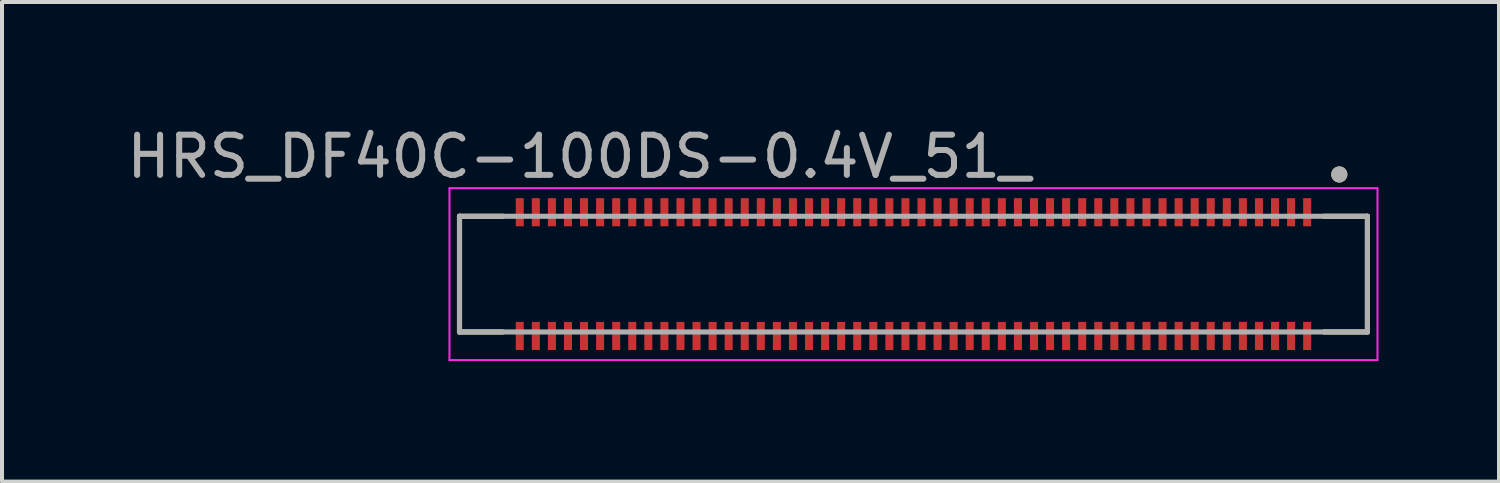
<source format=kicad_pcb>
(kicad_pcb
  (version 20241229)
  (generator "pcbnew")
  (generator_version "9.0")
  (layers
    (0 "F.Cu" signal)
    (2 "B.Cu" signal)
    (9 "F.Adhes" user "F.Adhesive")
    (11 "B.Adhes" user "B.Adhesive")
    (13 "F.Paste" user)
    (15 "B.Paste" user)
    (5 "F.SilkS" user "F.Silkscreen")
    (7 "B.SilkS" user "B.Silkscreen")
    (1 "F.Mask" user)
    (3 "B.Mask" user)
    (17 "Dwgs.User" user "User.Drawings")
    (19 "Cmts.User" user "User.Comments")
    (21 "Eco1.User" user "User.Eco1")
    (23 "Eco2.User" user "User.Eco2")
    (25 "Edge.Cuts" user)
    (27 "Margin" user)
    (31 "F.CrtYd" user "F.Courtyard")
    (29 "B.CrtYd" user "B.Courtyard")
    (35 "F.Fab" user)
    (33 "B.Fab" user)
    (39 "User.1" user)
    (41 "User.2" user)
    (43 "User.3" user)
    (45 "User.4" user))
  (footprint "HRS_DF40C-100DS-0.4V_51_"
    (layer "F.Cu")
    (at 19.688 3.773)
    (property "Reference" "HRS_DF40C-100DS-0.4V_51_" (at -8.325 -2.925 0) (layer "F.Fab") (effects (font (size 1 1) (thickness 0.15))))
    (attr smd)
    (fp_line (start -11.3 -1.44) (end -11.3 1.44) (stroke (width 0.127) (type solid)) (layer "F.SilkS"))
    (fp_line (start -11.3 1.44) (end -10.22 1.44) (stroke (width 0.127) (type solid)) (layer "F.SilkS"))
    (fp_line (start -10.22 -1.44) (end -11.3 -1.44) (stroke (width 0.127) (type solid)) (layer "F.SilkS"))
    (fp_line (start 11.3 -1.44) (end 10.22 -1.44) (stroke (width 0.127) (type solid)) (layer "F.SilkS"))
    (fp_line (start 11.3 -1.44) (end 11.3 1.44) (stroke (width 0.127) (type solid)) (layer "F.SilkS"))
    (fp_line (start 11.3 1.44) (end 10.22 1.44) (stroke (width 0.127) (type solid)) (layer "F.SilkS"))
    (fp_circle (center 10.6 -2.48) (end 10.7 -2.48) (stroke (width 0.2) (type solid)) (fill no) (layer "F.SilkS"))
    (fp_poly (pts (xy -9.889 -1.853) (xy -9.71 -1.853) (xy -9.71 -1.227) (xy -9.889 -1.227)) (stroke (width 0.01) (type solid)) (fill yes) (layer "F.Paste"))
    (fp_poly (pts (xy -9.889 1.227) (xy -9.71 1.227) (xy -9.71 1.853) (xy -9.889 1.853)) (stroke (width 0.01) (type solid)) (fill yes) (layer "F.Paste"))
    (fp_poly (pts (xy -9.489 -1.853) (xy -9.31 -1.853) (xy -9.31 -1.227) (xy -9.489 -1.227)) (stroke (width 0.01) (type solid)) (fill yes) (layer "F.Paste"))
    (fp_poly (pts (xy -9.489 1.227) (xy -9.31 1.227) (xy -9.31 1.853) (xy -9.489 1.853)) (stroke (width 0.01) (type solid)) (fill yes) (layer "F.Paste"))
    (fp_poly (pts (xy -9.089 -1.853) (xy -8.911 -1.853) (xy -8.911 -1.227) (xy -9.089 -1.227)) (stroke (width 0.01) (type solid)) (fill yes) (layer "F.Paste"))
    (fp_poly (pts (xy -9.089 1.227) (xy -8.911 1.227) (xy -8.911 1.853) (xy -9.089 1.853)) (stroke (width 0.01) (type solid)) (fill yes) (layer "F.Paste"))
    (fp_poly (pts (xy -8.69 -1.853) (xy -8.511 -1.853) (xy -8.511 -1.227) (xy -8.69 -1.227)) (stroke (width 0.01) (type solid)) (fill yes) (layer "F.Paste"))
    (fp_poly (pts (xy -8.69 1.227) (xy -8.511 1.227) (xy -8.511 1.853) (xy -8.69 1.853)) (stroke (width 0.01) (type solid)) (fill yes) (layer "F.Paste"))
    (fp_poly (pts (xy -8.29 -1.853) (xy -8.111 -1.853) (xy -8.111 -1.227) (xy -8.29 -1.227)) (stroke (width 0.01) (type solid)) (fill yes) (layer "F.Paste"))
    (fp_poly (pts (xy -8.29 1.227) (xy -8.111 1.227) (xy -8.111 1.853) (xy -8.29 1.853)) (stroke (width 0.01) (type solid)) (fill yes) (layer "F.Paste"))
    (fp_poly (pts (xy -7.889 -1.853) (xy -7.71 -1.853) (xy -7.71 -1.227) (xy -7.889 -1.227)) (stroke (width 0.01) (type solid)) (fill yes) (layer "F.Paste"))
    (fp_poly (pts (xy -7.889 1.227) (xy -7.71 1.227) (xy -7.71 1.853) (xy -7.889 1.853)) (stroke (width 0.01) (type solid)) (fill yes) (layer "F.Paste"))
    (fp_poly (pts (xy -7.489 -1.853) (xy -7.311 -1.853) (xy -7.311 -1.227) (xy -7.489 -1.227)) (stroke (width 0.01) (type solid)) (fill yes) (layer "F.Paste"))
    (fp_poly (pts (xy -7.489 1.227) (xy -7.311 1.227) (xy -7.311 1.853) (xy -7.489 1.853)) (stroke (width 0.01) (type solid)) (fill yes) (layer "F.Paste"))
    (fp_poly (pts (xy -7.09 -1.853) (xy -6.91 -1.853) (xy -6.91 -1.227) (xy -7.09 -1.227)) (stroke (width 0.01) (type solid)) (fill yes) (layer "F.Paste"))
    (fp_poly (pts (xy -7.09 1.227) (xy -6.91 1.227) (xy -6.91 1.853) (xy -7.09 1.853)) (stroke (width 0.01) (type solid)) (fill yes) (layer "F.Paste"))
    (fp_poly (pts (xy -6.689 -1.853) (xy -6.511 -1.853) (xy -6.511 -1.227) (xy -6.689 -1.227)) (stroke (width 0.01) (type solid)) (fill yes) (layer "F.Paste"))
    (fp_poly (pts (xy -6.689 1.227) (xy -6.511 1.227) (xy -6.511 1.853) (xy -6.689 1.853)) (stroke (width 0.01) (type solid)) (fill yes) (layer "F.Paste"))
    (fp_poly (pts (xy -6.29 -1.853) (xy -6.111 -1.853) (xy -6.111 -1.227) (xy -6.29 -1.227)) (stroke (width 0.01) (type solid)) (fill yes) (layer "F.Paste"))
    (fp_poly (pts (xy -6.29 1.227) (xy -6.111 1.227) (xy -6.111 1.853) (xy -6.29 1.853)) (stroke (width 0.01) (type solid)) (fill yes) (layer "F.Paste"))
    (fp_poly (pts (xy -5.889 -1.853) (xy -5.71 -1.853) (xy -5.71 -1.227) (xy -5.889 -1.227)) (stroke (width 0.01) (type solid)) (fill yes) (layer "F.Paste"))
    (fp_poly (pts (xy -5.889 1.227) (xy -5.71 1.227) (xy -5.71 1.853) (xy -5.889 1.853)) (stroke (width 0.01) (type solid)) (fill yes) (layer "F.Paste"))
    (fp_poly (pts (xy -5.489 -1.853) (xy -5.311 -1.853) (xy -5.311 -1.227) (xy -5.489 -1.227)) (stroke (width 0.01) (type solid)) (fill yes) (layer "F.Paste"))
    (fp_poly (pts (xy -5.489 1.227) (xy -5.311 1.227) (xy -5.311 1.853) (xy -5.489 1.853)) (stroke (width 0.01) (type solid)) (fill yes) (layer "F.Paste"))
    (fp_poly (pts (xy -5.09 -1.853) (xy -4.91 -1.853) (xy -4.91 -1.227) (xy -5.09 -1.227)) (stroke (width 0.01) (type solid)) (fill yes) (layer "F.Paste"))
    (fp_poly (pts (xy -5.09 1.227) (xy -4.91 1.227) (xy -4.91 1.853) (xy -5.09 1.853)) (stroke (width 0.01) (type solid)) (fill yes) (layer "F.Paste"))
    (fp_poly (pts (xy -4.689 -1.853) (xy -4.511 -1.853) (xy -4.511 -1.227) (xy -4.689 -1.227)) (stroke (width 0.01) (type solid)) (fill yes) (layer "F.Paste"))
    (fp_poly (pts (xy -4.689 1.227) (xy -4.511 1.227) (xy -4.511 1.853) (xy -4.689 1.853)) (stroke (width 0.01) (type solid)) (fill yes) (layer "F.Paste"))
    (fp_poly (pts (xy -4.29 -1.853) (xy -4.111 -1.853) (xy -4.111 -1.227) (xy -4.29 -1.227)) (stroke (width 0.01) (type solid)) (fill yes) (layer "F.Paste"))
    (fp_poly (pts (xy -4.29 1.227) (xy -4.111 1.227) (xy -4.111 1.853) (xy -4.29 1.853)) (stroke (width 0.01) (type solid)) (fill yes) (layer "F.Paste"))
    (fp_poly (pts (xy -3.889 -1.853) (xy -3.711 -1.853) (xy -3.711 -1.227) (xy -3.889 -1.227)) (stroke (width 0.01) (type solid)) (fill yes) (layer "F.Paste"))
    (fp_poly (pts (xy -3.889 1.227) (xy -3.711 1.227) (xy -3.711 1.853) (xy -3.889 1.853)) (stroke (width 0.01) (type solid)) (fill yes) (layer "F.Paste"))
    (fp_poly (pts (xy -3.49 -1.853) (xy -3.311 -1.853) (xy -3.311 -1.227) (xy -3.49 -1.227)) (stroke (width 0.01) (type solid)) (fill yes) (layer "F.Paste"))
    (fp_poly (pts (xy -3.49 1.227) (xy -3.311 1.227) (xy -3.311 1.853) (xy -3.49 1.853)) (stroke (width 0.01) (type solid)) (fill yes) (layer "F.Paste"))
    (fp_poly (pts (xy -3.09 -1.853) (xy -2.91 -1.853) (xy -2.91 -1.227) (xy -3.09 -1.227)) (stroke (width 0.01) (type solid)) (fill yes) (layer "F.Paste"))
    (fp_poly (pts (xy -3.09 1.227) (xy -2.91 1.227) (xy -2.91 1.853) (xy -3.09 1.853)) (stroke (width 0.01) (type solid)) (fill yes) (layer "F.Paste"))
    (fp_poly (pts (xy -2.689 -1.853) (xy -2.51 -1.853) (xy -2.51 -1.227) (xy -2.689 -1.227)) (stroke (width 0.01) (type solid)) (fill yes) (layer "F.Paste"))
    (fp_poly (pts (xy -2.689 1.227) (xy -2.51 1.227) (xy -2.51 1.853) (xy -2.689 1.853)) (stroke (width 0.01) (type solid)) (fill yes) (layer "F.Paste"))
    (fp_poly (pts (xy -2.289 -1.853) (xy -2.111 -1.853) (xy -2.111 -1.227) (xy -2.289 -1.227)) (stroke (width 0.01) (type solid)) (fill yes) (layer "F.Paste"))
    (fp_poly (pts (xy -2.289 1.227) (xy -2.111 1.227) (xy -2.111 1.853) (xy -2.289 1.853)) (stroke (width 0.01) (type solid)) (fill yes) (layer "F.Paste"))
    (fp_poly (pts (xy -1.889 -1.853) (xy -1.71 -1.853) (xy -1.71 -1.227) (xy -1.889 -1.227)) (stroke (width 0.01) (type solid)) (fill yes) (layer "F.Paste"))
    (fp_poly (pts (xy -1.889 1.227) (xy -1.71 1.227) (xy -1.71 1.853) (xy -1.889 1.853)) (stroke (width 0.01) (type solid)) (fill yes) (layer "F.Paste"))
    (fp_poly (pts (xy -1.49 -1.853) (xy -1.31 -1.853) (xy -1.31 -1.227) (xy -1.49 -1.227)) (stroke (width 0.01) (type solid)) (fill yes) (layer "F.Paste"))
    (fp_poly (pts (xy -1.49 1.227) (xy -1.31 1.227) (xy -1.31 1.853) (xy -1.49 1.853)) (stroke (width 0.01) (type solid)) (fill yes) (layer "F.Paste"))
    (fp_poly (pts (xy -1.089 -1.853) (xy -0.91 -1.853) (xy -0.91 -1.227) (xy -1.089 -1.227)) (stroke (width 0.01) (type solid)) (fill yes) (layer "F.Paste"))
    (fp_poly (pts (xy -1.089 1.227) (xy -0.91 1.227) (xy -0.91 1.853) (xy -1.089 1.853)) (stroke (width 0.01) (type solid)) (fill yes) (layer "F.Paste"))
    (fp_poly (pts (xy -0.69 -1.853) (xy -0.51 -1.853) (xy -0.51 -1.227) (xy -0.69 -1.227)) (stroke (width 0.01) (type solid)) (fill yes) (layer "F.Paste"))
    (fp_poly (pts (xy -0.69 1.227) (xy -0.51 1.227) (xy -0.51 1.853) (xy -0.69 1.853)) (stroke (width 0.01) (type solid)) (fill yes) (layer "F.Paste"))
    (fp_poly (pts (xy -0.289 -1.853) (xy -0.111 -1.853) (xy -0.111 -1.227) (xy -0.289 -1.227)) (stroke (width 0.01) (type solid)) (fill yes) (layer "F.Paste"))
    (fp_poly (pts (xy -0.289 1.227) (xy -0.111 1.227) (xy -0.111 1.853) (xy -0.289 1.853)) (stroke (width 0.01) (type solid)) (fill yes) (layer "F.Paste"))
    (fp_poly (pts (xy 0.111 -1.853) (xy 0.289 -1.853) (xy 0.289 -1.227) (xy 0.111 -1.227)) (stroke (width 0.01) (type solid)) (fill yes) (layer "F.Paste"))
    (fp_poly (pts (xy 0.111 1.227) (xy 0.289 1.227) (xy 0.289 1.853) (xy 0.111 1.853)) (stroke (width 0.01) (type solid)) (fill yes) (layer "F.Paste"))
    (fp_poly (pts (xy 0.51 -1.853) (xy 0.69 -1.853) (xy 0.69 -1.227) (xy 0.51 -1.227)) (stroke (width 0.01) (type solid)) (fill yes) (layer "F.Paste"))
    (fp_poly (pts (xy 0.51 1.227) (xy 0.69 1.227) (xy 0.69 1.853) (xy 0.51 1.853)) (stroke (width 0.01) (type solid)) (fill yes) (layer "F.Paste"))
    (fp_poly (pts (xy 0.91 -1.853) (xy 1.089 -1.853) (xy 1.089 -1.227) (xy 0.91 -1.227)) (stroke (width 0.01) (type solid)) (fill yes) (layer "F.Paste"))
    (fp_poly (pts (xy 0.91 1.227) (xy 1.089 1.227) (xy 1.089 1.853) (xy 0.91 1.853)) (stroke (width 0.01) (type solid)) (fill yes) (layer "F.Paste"))
    (fp_poly (pts (xy 1.31 -1.853) (xy 1.49 -1.853) (xy 1.49 -1.227) (xy 1.31 -1.227)) (stroke (width 0.01) (type solid)) (fill yes) (layer "F.Paste"))
    (fp_poly (pts (xy 1.31 1.227) (xy 1.49 1.227) (xy 1.49 1.853) (xy 1.31 1.853)) (stroke (width 0.01) (type solid)) (fill yes) (layer "F.Paste"))
    (fp_poly (pts (xy 1.71 -1.853) (xy 1.889 -1.853) (xy 1.889 -1.227) (xy 1.71 -1.227)) (stroke (width 0.01) (type solid)) (fill yes) (layer "F.Paste"))
    (fp_poly (pts (xy 1.71 1.227) (xy 1.889 1.227) (xy 1.889 1.853) (xy 1.71 1.853)) (stroke (width 0.01) (type solid)) (fill yes) (layer "F.Paste"))
    (fp_poly (pts (xy 2.111 -1.853) (xy 2.289 -1.853) (xy 2.289 -1.227) (xy 2.111 -1.227)) (stroke (width 0.01) (type solid)) (fill yes) (layer "F.Paste"))
    (fp_poly (pts (xy 2.111 1.227) (xy 2.289 1.227) (xy 2.289 1.853) (xy 2.111 1.853)) (stroke (width 0.01) (type solid)) (fill yes) (layer "F.Paste"))
    (fp_poly (pts (xy 2.51 -1.853) (xy 2.689 -1.853) (xy 2.689 -1.227) (xy 2.51 -1.227)) (stroke (width 0.01) (type solid)) (fill yes) (layer "F.Paste"))
    (fp_poly (pts (xy 2.51 1.227) (xy 2.689 1.227) (xy 2.689 1.853) (xy 2.51 1.853)) (stroke (width 0.01) (type solid)) (fill yes) (layer "F.Paste"))
    (fp_poly (pts (xy 2.91 -1.853) (xy 3.09 -1.853) (xy 3.09 -1.227) (xy 2.91 -1.227)) (stroke (width 0.01) (type solid)) (fill yes) (layer "F.Paste"))
    (fp_poly (pts (xy 2.91 1.227) (xy 3.09 1.227) (xy 3.09 1.853) (xy 2.91 1.853)) (stroke (width 0.01) (type solid)) (fill yes) (layer "F.Paste"))
    (fp_poly (pts (xy 3.311 -1.853) (xy 3.49 -1.853) (xy 3.49 -1.227) (xy 3.311 -1.227)) (stroke (width 0.01) (type solid)) (fill yes) (layer "F.Paste"))
    (fp_poly (pts (xy 3.311 1.227) (xy 3.49 1.227) (xy 3.49 1.853) (xy 3.311 1.853)) (stroke (width 0.01) (type solid)) (fill yes) (layer "F.Paste"))
    (fp_poly (pts (xy 3.711 -1.853) (xy 3.889 -1.853) (xy 3.889 -1.227) (xy 3.711 -1.227)) (stroke (width 0.01) (type solid)) (fill yes) (layer "F.Paste"))
    (fp_poly (pts (xy 3.711 1.227) (xy 3.889 1.227) (xy 3.889 1.853) (xy 3.711 1.853)) (stroke (width 0.01) (type solid)) (fill yes) (layer "F.Paste"))
    (fp_poly (pts (xy 4.111 -1.853) (xy 4.29 -1.853) (xy 4.29 -1.227) (xy 4.111 -1.227)) (stroke (width 0.01) (type solid)) (fill yes) (layer "F.Paste"))
    (fp_poly (pts (xy 4.111 1.227) (xy 4.29 1.227) (xy 4.29 1.853) (xy 4.111 1.853)) (stroke (width 0.01) (type solid)) (fill yes) (layer "F.Paste"))
    (fp_poly (pts (xy 4.511 -1.853) (xy 4.689 -1.853) (xy 4.689 -1.227) (xy 4.511 -1.227)) (stroke (width 0.01) (type solid)) (fill yes) (layer "F.Paste"))
    (fp_poly (pts (xy 4.511 1.227) (xy 4.689 1.227) (xy 4.689 1.853) (xy 4.511 1.853)) (stroke (width 0.01) (type solid)) (fill yes) (layer "F.Paste"))
    (fp_poly (pts (xy 4.91 -1.853) (xy 5.09 -1.853) (xy 5.09 -1.227) (xy 4.91 -1.227)) (stroke (width 0.01) (type solid)) (fill yes) (layer "F.Paste"))
    (fp_poly (pts (xy 4.91 1.227) (xy 5.09 1.227) (xy 5.09 1.853) (xy 4.91 1.853)) (stroke (width 0.01) (type solid)) (fill yes) (layer "F.Paste"))
    (fp_poly (pts (xy 5.311 -1.853) (xy 5.489 -1.853) (xy 5.489 -1.227) (xy 5.311 -1.227)) (stroke (width 0.01) (type solid)) (fill yes) (layer "F.Paste"))
    (fp_poly (pts (xy 5.311 1.227) (xy 5.489 1.227) (xy 5.489 1.853) (xy 5.311 1.853)) (stroke (width 0.01) (type solid)) (fill yes) (layer "F.Paste"))
    (fp_poly (pts (xy 5.71 -1.853) (xy 5.889 -1.853) (xy 5.889 -1.227) (xy 5.71 -1.227)) (stroke (width 0.01) (type solid)) (fill yes) (layer "F.Paste"))
    (fp_poly (pts (xy 5.71 1.227) (xy 5.889 1.227) (xy 5.889 1.853) (xy 5.71 1.853)) (stroke (width 0.01) (type solid)) (fill yes) (layer "F.Paste"))
    (fp_poly (pts (xy 6.111 -1.853) (xy 6.29 -1.853) (xy 6.29 -1.227) (xy 6.111 -1.227)) (stroke (width 0.01) (type solid)) (fill yes) (layer "F.Paste"))
    (fp_poly (pts (xy 6.111 1.227) (xy 6.29 1.227) (xy 6.29 1.853) (xy 6.111 1.853)) (stroke (width 0.01) (type solid)) (fill yes) (layer "F.Paste"))
    (fp_poly (pts (xy 6.511 -1.853) (xy 6.689 -1.853) (xy 6.689 -1.227) (xy 6.511 -1.227)) (stroke (width 0.01) (type solid)) (fill yes) (layer "F.Paste"))
    (fp_poly (pts (xy 6.511 1.227) (xy 6.689 1.227) (xy 6.689 1.853) (xy 6.511 1.853)) (stroke (width 0.01) (type solid)) (fill yes) (layer "F.Paste"))
    (fp_poly (pts (xy 6.91 -1.853) (xy 7.09 -1.853) (xy 7.09 -1.227) (xy 6.91 -1.227)) (stroke (width 0.01) (type solid)) (fill yes) (layer "F.Paste"))
    (fp_poly (pts (xy 6.91 1.227) (xy 7.09 1.227) (xy 7.09 1.853) (xy 6.91 1.853)) (stroke (width 0.01) (type solid)) (fill yes) (layer "F.Paste"))
    (fp_poly (pts (xy 7.311 -1.853) (xy 7.489 -1.853) (xy 7.489 -1.227) (xy 7.311 -1.227)) (stroke (width 0.01) (type solid)) (fill yes) (layer "F.Paste"))
    (fp_poly (pts (xy 7.311 1.227) (xy 7.489 1.227) (xy 7.489 1.853) (xy 7.311 1.853)) (stroke (width 0.01) (type solid)) (fill yes) (layer "F.Paste"))
    (fp_poly (pts (xy 7.71 -1.853) (xy 7.889 -1.853) (xy 7.889 -1.227) (xy 7.71 -1.227)) (stroke (width 0.01) (type solid)) (fill yes) (layer "F.Paste"))
    (fp_poly (pts (xy 7.71 1.227) (xy 7.889 1.227) (xy 7.889 1.853) (xy 7.71 1.853)) (stroke (width 0.01) (type solid)) (fill yes) (layer "F.Paste"))
    (fp_poly (pts (xy 8.111 -1.853) (xy 8.29 -1.853) (xy 8.29 -1.227) (xy 8.111 -1.227)) (stroke (width 0.01) (type solid)) (fill yes) (layer "F.Paste"))
    (fp_poly (pts (xy 8.111 1.227) (xy 8.29 1.227) (xy 8.29 1.853) (xy 8.111 1.853)) (stroke (width 0.01) (type solid)) (fill yes) (layer "F.Paste"))
    (fp_poly (pts (xy 8.511 -1.853) (xy 8.69 -1.853) (xy 8.69 -1.227) (xy 8.511 -1.227)) (stroke (width 0.01) (type solid)) (fill yes) (layer "F.Paste"))
    (fp_poly (pts (xy 8.511 1.227) (xy 8.69 1.227) (xy 8.69 1.853) (xy 8.511 1.853)) (stroke (width 0.01) (type solid)) (fill yes) (layer "F.Paste"))
    (fp_poly (pts (xy 8.911 -1.853) (xy 9.089 -1.853) (xy 9.089 -1.227) (xy 8.911 -1.227)) (stroke (width 0.01) (type solid)) (fill yes) (layer "F.Paste"))
    (fp_poly (pts (xy 8.911 1.227) (xy 9.089 1.227) (xy 9.089 1.853) (xy 8.911 1.853)) (stroke (width 0.01) (type solid)) (fill yes) (layer "F.Paste"))
    (fp_poly (pts (xy 9.31 -1.853) (xy 9.489 -1.853) (xy 9.489 -1.227) (xy 9.31 -1.227)) (stroke (width 0.01) (type solid)) (fill yes) (layer "F.Paste"))
    (fp_poly (pts (xy 9.31 1.227) (xy 9.489 1.227) (xy 9.489 1.853) (xy 9.31 1.853)) (stroke (width 0.01) (type solid)) (fill yes) (layer "F.Paste"))
    (fp_poly (pts (xy 9.71 -1.853) (xy 9.889 -1.853) (xy 9.889 -1.227) (xy 9.71 -1.227)) (stroke (width 0.01) (type solid)) (fill yes) (layer "F.Paste"))
    (fp_poly (pts (xy 9.71 1.227) (xy 9.889 1.227) (xy 9.889 1.853) (xy 9.71 1.853)) (stroke (width 0.01) (type solid)) (fill yes) (layer "F.Paste"))
    (fp_line (start -11.55 -2.14) (end -11.55 2.14) (stroke (width 0.05) (type solid)) (layer "F.CrtYd"))
    (fp_line (start -11.55 2.14) (end 11.55 2.14) (stroke (width 0.05) (type solid)) (layer "F.CrtYd"))
    (fp_line (start 11.55 -2.14) (end -11.55 -2.14) (stroke (width 0.05) (type solid)) (layer "F.CrtYd"))
    (fp_line (start 11.55 2.14) (end 11.55 -2.14) (stroke (width 0.05) (type solid)) (layer "F.CrtYd"))
    (fp_line (start -11.3 -1.44) (end 11.3 -1.44) (stroke (width 0.127) (type solid)) (layer "F.Fab"))
    (fp_line (start -11.3 1.44) (end -11.3 -1.44) (stroke (width 0.127) (type solid)) (layer "F.Fab"))
    (fp_line (start 11.3 -1.44) (end 11.3 1.44) (stroke (width 0.127) (type solid)) (layer "F.Fab"))
    (fp_line (start 11.3 1.44) (end -11.3 1.44) (stroke (width 0.127) (type solid)) (layer "F.Fab"))
    (fp_circle (center 10.6 -2.48) (end 10.7 -2.48) (stroke (width 0.2) (type solid)) (fill no) (layer "F.Fab"))
    (pad "1" smd rect (at 9.8 -1.54 180) (size 0.2 0.7) (layers "F.Cu" "F.Mask"))
    (pad "2" smd rect (at 9.8 1.54 180) (size 0.2 0.7) (layers "F.Cu" "F.Mask"))
    (pad "3" smd rect (at 9.4 -1.54 180) (size 0.2 0.7) (layers "F.Cu" "F.Mask"))
    (pad "4" smd rect (at 9.4 1.54 180) (size 0.2 0.7) (layers "F.Cu" "F.Mask"))
    (pad "5" smd rect (at 9 -1.54 180) (size 0.2 0.7) (layers "F.Cu" "F.Mask"))
    (pad "6" smd rect (at 9 1.54 180) (size 0.2 0.7) (layers "F.Cu" "F.Mask"))
    (pad "7" smd rect (at 8.6 -1.54 180) (size 0.2 0.7) (layers "F.Cu" "F.Mask"))
    (pad "8" smd rect (at 8.6 1.54 180) (size 0.2 0.7) (layers "F.Cu" "F.Mask"))
    (pad "9" smd rect (at 8.2 -1.54 180) (size 0.2 0.7) (layers "F.Cu" "F.Mask"))
    (pad "10" smd rect (at 8.2 1.54 180) (size 0.2 0.7) (layers "F.Cu" "F.Mask"))
    (pad "11" smd rect (at 7.8 -1.54 180) (size 0.2 0.7) (layers "F.Cu" "F.Mask"))
    (pad "12" smd rect (at 7.8 1.54 180) (size 0.2 0.7) (layers "F.Cu" "F.Mask"))
    (pad "13" smd rect (at 7.4 -1.54 180) (size 0.2 0.7) (layers "F.Cu" "F.Mask"))
    (pad "14" smd rect (at 7.4 1.54 180) (size 0.2 0.7) (layers "F.Cu" "F.Mask"))
    (pad "15" smd rect (at 7 -1.54 180) (size 0.2 0.7) (layers "F.Cu" "F.Mask"))
    (pad "16" smd rect (at 7 1.54 180) (size 0.2 0.7) (layers "F.Cu" "F.Mask"))
    (pad "17" smd rect (at 6.6 -1.54 180) (size 0.2 0.7) (layers "F.Cu" "F.Mask"))
    (pad "18" smd rect (at 6.6 1.54 180) (size 0.2 0.7) (layers "F.Cu" "F.Mask"))
    (pad "19" smd rect (at 6.2 -1.54 180) (size 0.2 0.7) (layers "F.Cu" "F.Mask"))
    (pad "20" smd rect (at 6.2 1.54 180) (size 0.2 0.7) (layers "F.Cu" "F.Mask"))
    (pad "21" smd rect (at 5.8 -1.54 180) (size 0.2 0.7) (layers "F.Cu" "F.Mask"))
    (pad "22" smd rect (at 5.8 1.54 180) (size 0.2 0.7) (layers "F.Cu" "F.Mask"))
    (pad "23" smd rect (at 5.4 -1.54 180) (size 0.2 0.7) (layers "F.Cu" "F.Mask"))
    (pad "24" smd rect (at 5.4 1.54 180) (size 0.2 0.7) (layers "F.Cu" "F.Mask"))
    (pad "25" smd rect (at 5 -1.54 180) (size 0.2 0.7) (layers "F.Cu" "F.Mask"))
    (pad "26" smd rect (at 5 1.54 180) (size 0.2 0.7) (layers "F.Cu" "F.Mask"))
    (pad "27" smd rect (at 4.6 -1.54 180) (size 0.2 0.7) (layers "F.Cu" "F.Mask"))
    (pad "28" smd rect (at 4.6 1.54 180) (size 0.2 0.7) (layers "F.Cu" "F.Mask"))
    (pad "29" smd rect (at 4.2 -1.54 180) (size 0.2 0.7) (layers "F.Cu" "F.Mask"))
    (pad "30" smd rect (at 4.2 1.54 180) (size 0.2 0.7) (layers "F.Cu" "F.Mask"))
    (pad "31" smd rect (at 3.8 -1.54 180) (size 0.2 0.7) (layers "F.Cu" "F.Mask"))
    (pad "32" smd rect (at 3.8 1.54 180) (size 0.2 0.7) (layers "F.Cu" "F.Mask"))
    (pad "33" smd rect (at 3.4 -1.54 180) (size 0.2 0.7) (layers "F.Cu" "F.Mask"))
    (pad "34" smd rect (at 3.4 1.54 180) (size 0.2 0.7) (layers "F.Cu" "F.Mask"))
    (pad "35" smd rect (at 3 -1.54 180) (size 0.2 0.7) (layers "F.Cu" "F.Mask"))
    (pad "36" smd rect (at 3 1.54 180) (size 0.2 0.7) (layers "F.Cu" "F.Mask"))
    (pad "37" smd rect (at 2.6 -1.54 180) (size 0.2 0.7) (layers "F.Cu" "F.Mask"))
    (pad "38" smd rect (at 2.6 1.54 180) (size 0.2 0.7) (layers "F.Cu" "F.Mask"))
    (pad "39" smd rect (at 2.2 -1.54 180) (size 0.2 0.7) (layers "F.Cu" "F.Mask"))
    (pad "40" smd rect (at 2.2 1.54 180) (size 0.2 0.7) (layers "F.Cu" "F.Mask"))
    (pad "41" smd rect (at 1.8 -1.54 180) (size 0.2 0.7) (layers "F.Cu" "F.Mask"))
    (pad "42" smd rect (at 1.8 1.54 180) (size 0.2 0.7) (layers "F.Cu" "F.Mask"))
    (pad "43" smd rect (at 1.4 -1.54 180) (size 0.2 0.7) (layers "F.Cu" "F.Mask"))
    (pad "44" smd rect (at 1.4 1.54 180) (size 0.2 0.7) (layers "F.Cu" "F.Mask"))
    (pad "45" smd rect (at 1 -1.54 180) (size 0.2 0.7) (layers "F.Cu" "F.Mask"))
    (pad "46" smd rect (at 1 1.54 180) (size 0.2 0.7) (layers "F.Cu" "F.Mask"))
    (pad "47" smd rect (at 0.6 -1.54 180) (size 0.2 0.7) (layers "F.Cu" "F.Mask"))
    (pad "48" smd rect (at 0.6 1.54 180) (size 0.2 0.7) (layers "F.Cu" "F.Mask"))
    (pad "49" smd rect (at 0.2 -1.54 180) (size 0.2 0.7) (layers "F.Cu" "F.Mask"))
    (pad "50" smd rect (at 0.2 1.54 180) (size 0.2 0.7) (layers "F.Cu" "F.Mask"))
    (pad "51" smd rect (at -0.2 -1.54 180) (size 0.2 0.7) (layers "F.Cu" "F.Mask"))
    (pad "52" smd rect (at -0.2 1.54 180) (size 0.2 0.7) (layers "F.Cu" "F.Mask"))
    (pad "53" smd rect (at -0.6 -1.54 180) (size 0.2 0.7) (layers "F.Cu" "F.Mask"))
    (pad "54" smd rect (at -0.6 1.54 180) (size 0.2 0.7) (layers "F.Cu" "F.Mask"))
    (pad "55" smd rect (at -1 -1.54 180) (size 0.2 0.7) (layers "F.Cu" "F.Mask"))
    (pad "56" smd rect (at -1 1.54 180) (size 0.2 0.7) (layers "F.Cu" "F.Mask"))
    (pad "57" smd rect (at -1.4 -1.54 180) (size 0.2 0.7) (layers "F.Cu" "F.Mask"))
    (pad "58" smd rect (at -1.4 1.54 180) (size 0.2 0.7) (layers "F.Cu" "F.Mask"))
    (pad "59" smd rect (at -1.8 -1.54 180) (size 0.2 0.7) (layers "F.Cu" "F.Mask"))
    (pad "60" smd rect (at -1.8 1.54 180) (size 0.2 0.7) (layers "F.Cu" "F.Mask"))
    (pad "61" smd rect (at -2.2 -1.54 180) (size 0.2 0.7) (layers "F.Cu" "F.Mask"))
    (pad "62" smd rect (at -2.2 1.54 180) (size 0.2 0.7) (layers "F.Cu" "F.Mask"))
    (pad "63" smd rect (at -2.6 -1.54 180) (size 0.2 0.7) (layers "F.Cu" "F.Mask"))
    (pad "64" smd rect (at -2.6 1.54 180) (size 0.2 0.7) (layers "F.Cu" "F.Mask"))
    (pad "65" smd rect (at -3 -1.54 180) (size 0.2 0.7) (layers "F.Cu" "F.Mask"))
    (pad "66" smd rect (at -3 1.54 180) (size 0.2 0.7) (layers "F.Cu" "F.Mask"))
    (pad "67" smd rect (at -3.4 -1.54 180) (size 0.2 0.7) (layers "F.Cu" "F.Mask"))
    (pad "68" smd rect (at -3.4 1.54 180) (size 0.2 0.7) (layers "F.Cu" "F.Mask"))
    (pad "69" smd rect (at -3.8 -1.54 180) (size 0.2 0.7) (layers "F.Cu" "F.Mask"))
    (pad "70" smd rect (at -3.8 1.54 180) (size 0.2 0.7) (layers "F.Cu" "F.Mask"))
    (pad "71" smd rect (at -4.2 -1.54 180) (size 0.2 0.7) (layers "F.Cu" "F.Mask"))
    (pad "72" smd rect (at -4.2 1.54 180) (size 0.2 0.7) (layers "F.Cu" "F.Mask"))
    (pad "73" smd rect (at -4.6 -1.54 180) (size 0.2 0.7) (layers "F.Cu" "F.Mask"))
    (pad "74" smd rect (at -4.6 1.54 180) (size 0.2 0.7) (layers "F.Cu" "F.Mask"))
    (pad "75" smd rect (at -5 -1.54 180) (size 0.2 0.7) (layers "F.Cu" "F.Mask"))
    (pad "76" smd rect (at -5 1.54 180) (size 0.2 0.7) (layers "F.Cu" "F.Mask"))
    (pad "77" smd rect (at -5.4 -1.54 180) (size 0.2 0.7) (layers "F.Cu" "F.Mask"))
    (pad "78" smd rect (at -5.4 1.54 180) (size 0.2 0.7) (layers "F.Cu" "F.Mask"))
    (pad "79" smd rect (at -5.8 -1.54 180) (size 0.2 0.7) (layers "F.Cu" "F.Mask"))
    (pad "80" smd rect (at -5.8 1.54 180) (size 0.2 0.7) (layers "F.Cu" "F.Mask"))
    (pad "81" smd rect (at -6.2 -1.54 180) (size 0.2 0.7) (layers "F.Cu" "F.Mask"))
    (pad "82" smd rect (at -6.2 1.54 180) (size 0.2 0.7) (layers "F.Cu" "F.Mask"))
    (pad "83" smd rect (at -6.6 -1.54 180) (size 0.2 0.7) (layers "F.Cu" "F.Mask"))
    (pad "84" smd rect (at -6.6 1.54 180) (size 0.2 0.7) (layers "F.Cu" "F.Mask"))
    (pad "85" smd rect (at -7 -1.54 180) (size 0.2 0.7) (layers "F.Cu" "F.Mask"))
    (pad "86" smd rect (at -7 1.54 180) (size 0.2 0.7) (layers "F.Cu" "F.Mask"))
    (pad "87" smd rect (at -7.4 -1.54 180) (size 0.2 0.7) (layers "F.Cu" "F.Mask"))
    (pad "88" smd rect (at -7.4 1.54 180) (size 0.2 0.7) (layers "F.Cu" "F.Mask"))
    (pad "89" smd rect (at -7.8 -1.54 180) (size 0.2 0.7) (layers "F.Cu" "F.Mask"))
    (pad "90" smd rect (at -7.8 1.54 180) (size 0.2 0.7) (layers "F.Cu" "F.Mask"))
    (pad "91" smd rect (at -8.2 -1.54 180) (size 0.2 0.7) (layers "F.Cu" "F.Mask"))
    (pad "92" smd rect (at -8.2 1.54 180) (size 0.2 0.7) (layers "F.Cu" "F.Mask"))
    (pad "93" smd rect (at -8.6 -1.54 180) (size 0.2 0.7) (layers "F.Cu" "F.Mask"))
    (pad "94" smd rect (at -8.6 1.54 180) (size 0.2 0.7) (layers "F.Cu" "F.Mask"))
    (pad "95" smd rect (at -9 -1.54 180) (size 0.2 0.7) (layers "F.Cu" "F.Mask"))
    (pad "96" smd rect (at -9 1.54 180) (size 0.2 0.7) (layers "F.Cu" "F.Mask"))
    (pad "97" smd rect (at -9.4 -1.54 180) (size 0.2 0.7) (layers "F.Cu" "F.Mask"))
    (pad "98" smd rect (at -9.4 1.54 180) (size 0.2 0.7) (layers "F.Cu" "F.Mask"))
    (pad "99" smd rect (at -9.8 -1.54 180) (size 0.2 0.7) (layers "F.Cu" "F.Mask"))
    (pad "100" smd rect (at -9.8 1.54 180) (size 0.2 0.7) (layers "F.Cu" "F.Mask")))
  (gr_rect
    (start -3 -3)
    (end 34.263 8.938)
    (stroke (width 0.1) (type default))
    (fill no)
    (layer "Edge.Cuts")))
</source>
